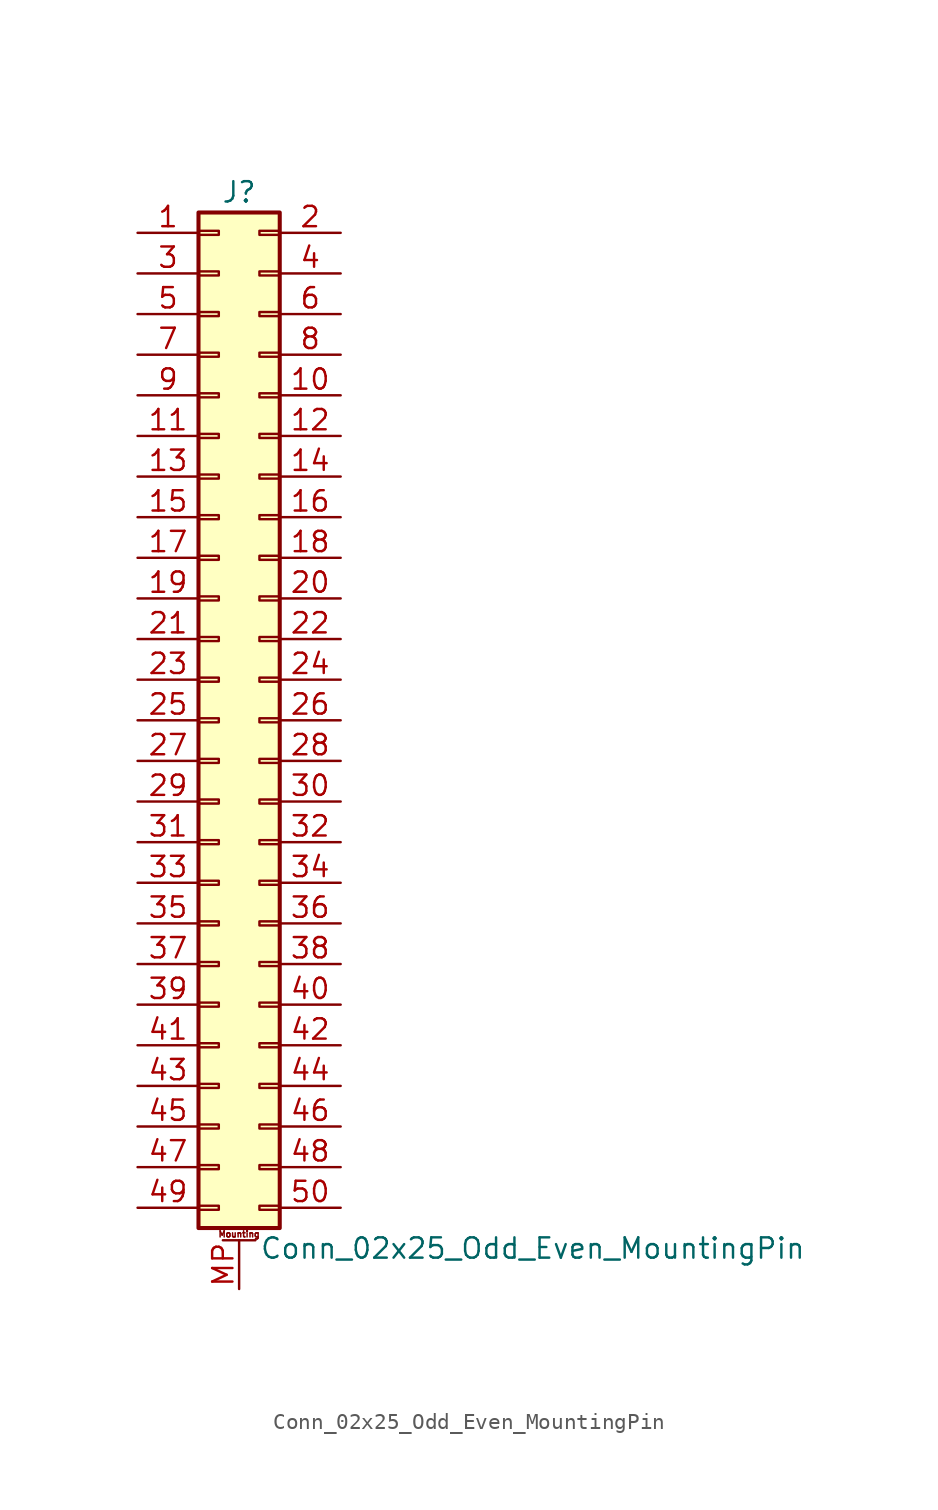
<source format=kicad_sym>
(kicad_symbol_lib
  (version 20211014)
  (generator kicad_symbol_editor)
  (symbol "Conn_02x25_Odd_Even_MountingPin"
    (pin_names
      (offset 1.016) hide)
    (property "Reference" "J"
      (at 1.27 33.02 0)
      (effects (font (size 1.27 1.27))))
    (property "Value" "Conn_02x25_Odd_Even_MountingPin"
      (at 2.54 -33.02 0)
      (effects (font (size 1.27 1.27)) (justify left)))
    (symbol "Conn_02x25_Odd_Even_MountingPin_1_1"
      (rectangle (start -1.27 -30.353) (end 0 -30.607) (stroke (width 0.152) (type default) (color 0 0 0 0)) (fill (type none)))
      (rectangle (start -1.27 -27.813) (end 0 -28.067) (stroke (width 0.152) (type default) (color 0 0 0 0)) (fill (type none)))
      (rectangle (start -1.27 -25.273) (end 0 -25.527) (stroke (width 0.152) (type default) (color 0 0 0 0)) (fill (type none)))
      (rectangle (start -1.27 -22.733) (end 0 -22.987) (stroke (width 0.152) (type default) (color 0 0 0 0)) (fill (type none)))
      (rectangle (start -1.27 -20.193) (end 0 -20.447) (stroke (width 0.152) (type default) (color 0 0 0 0)) (fill (type none)))
      (rectangle (start -1.27 -17.653) (end 0 -17.907) (stroke (width 0.152) (type default) (color 0 0 0 0)) (fill (type none)))
      (rectangle (start -1.27 -15.113) (end 0 -15.367) (stroke (width 0.152) (type default) (color 0 0 0 0)) (fill (type none)))
      (rectangle (start -1.27 -12.573) (end 0 -12.827) (stroke (width 0.152) (type default) (color 0 0 0 0)) (fill (type none)))
      (rectangle (start -1.27 -10.033) (end 0 -10.287) (stroke (width 0.152) (type default) (color 0 0 0 0)) (fill (type none)))
      (rectangle (start -1.27 -7.493) (end 0 -7.747) (stroke (width 0.152) (type default) (color 0 0 0 0)) (fill (type none)))
      (rectangle (start -1.27 -4.953) (end 0 -5.207) (stroke (width 0.152) (type default) (color 0 0 0 0)) (fill (type none)))
      (rectangle (start -1.27 -2.413) (end 0 -2.667) (stroke (width 0.152) (type default) (color 0 0 0 0)) (fill (type none)))
      (rectangle (start -1.27 0.127) (end 0 -0.127) (stroke (width 0.152) (type default) (color 0 0 0 0)) (fill (type none)))
      (rectangle (start -1.27 2.667) (end 0 2.413) (stroke (width 0.152) (type default) (color 0 0 0 0)) (fill (type none)))
      (rectangle (start -1.27 5.207) (end 0 4.953) (stroke (width 0.152) (type default) (color 0 0 0 0)) (fill (type none)))
      (rectangle (start -1.27 7.747) (end 0 7.493) (stroke (width 0.152) (type default) (color 0 0 0 0)) (fill (type none)))
      (rectangle (start -1.27 10.287) (end 0 10.033) (stroke (width 0.152) (type default) (color 0 0 0 0)) (fill (type none)))
      (rectangle (start -1.27 12.827) (end 0 12.573) (stroke (width 0.152) (type default) (color 0 0 0 0)) (fill (type none)))
      (rectangle (start -1.27 15.367) (end 0 15.113) (stroke (width 0.152) (type default) (color 0 0 0 0)) (fill (type none)))
      (rectangle (start -1.27 17.907) (end 0 17.653) (stroke (width 0.152) (type default) (color 0 0 0 0)) (fill (type none)))
      (rectangle (start -1.27 20.447) (end 0 20.193) (stroke (width 0.152) (type default) (color 0 0 0 0)) (fill (type none)))
      (rectangle (start -1.27 22.987) (end 0 22.733) (stroke (width 0.152) (type default) (color 0 0 0 0)) (fill (type none)))
      (rectangle (start -1.27 25.527) (end 0 25.273) (stroke (width 0.152) (type default) (color 0 0 0 0)) (fill (type none)))
      (rectangle (start -1.27 28.067) (end 0 27.813) (stroke (width 0.152) (type default) (color 0 0 0 0)) (fill (type none)))
      (rectangle (start -1.27 30.607) (end 0 30.353) (stroke (width 0.152) (type default) (color 0 0 0 0)) (fill (type none)))
      (rectangle (start -1.27 31.75) (end 3.81 -31.75) (stroke (width 0.254) (type default) (color 0 0 0 0)) (fill (type background)))
      (polyline (pts (xy 0.254 -32.512) (xy 2.286 -32.512)) (stroke (width 0.152) (type default) (color 0 0 0 0)) (fill (type none)))
      (rectangle (start 3.81 -30.353) (end 2.54 -30.607) (stroke (width 0.152) (type default) (color 0 0 0 0)) (fill (type none)))
      (rectangle (start 3.81 -27.813) (end 2.54 -28.067) (stroke (width 0.152) (type default) (color 0 0 0 0)) (fill (type none)))
      (rectangle (start 3.81 -25.273) (end 2.54 -25.527) (stroke (width 0.152) (type default) (color 0 0 0 0)) (fill (type none)))
      (rectangle (start 3.81 -22.733) (end 2.54 -22.987) (stroke (width 0.152) (type default) (color 0 0 0 0)) (fill (type none)))
      (rectangle (start 3.81 -20.193) (end 2.54 -20.447) (stroke (width 0.152) (type default) (color 0 0 0 0)) (fill (type none)))
      (rectangle (start 3.81 -17.653) (end 2.54 -17.907) (stroke (width 0.152) (type default) (color 0 0 0 0)) (fill (type none)))
      (rectangle (start 3.81 -15.113) (end 2.54 -15.367) (stroke (width 0.152) (type default) (color 0 0 0 0)) (fill (type none)))
      (rectangle (start 3.81 -12.573) (end 2.54 -12.827) (stroke (width 0.152) (type default) (color 0 0 0 0)) (fill (type none)))
      (rectangle (start 3.81 -10.033) (end 2.54 -10.287) (stroke (width 0.152) (type default) (color 0 0 0 0)) (fill (type none)))
      (rectangle (start 3.81 -7.493) (end 2.54 -7.747) (stroke (width 0.152) (type default) (color 0 0 0 0)) (fill (type none)))
      (rectangle (start 3.81 -4.953) (end 2.54 -5.207) (stroke (width 0.152) (type default) (color 0 0 0 0)) (fill (type none)))
      (rectangle (start 3.81 -2.413) (end 2.54 -2.667) (stroke (width 0.152) (type default) (color 0 0 0 0)) (fill (type none)))
      (rectangle (start 3.81 0.127) (end 2.54 -0.127) (stroke (width 0.152) (type default) (color 0 0 0 0)) (fill (type none)))
      (rectangle (start 3.81 2.667) (end 2.54 2.413) (stroke (width 0.152) (type default) (color 0 0 0 0)) (fill (type none)))
      (rectangle (start 3.81 5.207) (end 2.54 4.953) (stroke (width 0.152) (type default) (color 0 0 0 0)) (fill (type none)))
      (rectangle (start 3.81 7.747) (end 2.54 7.493) (stroke (width 0.152) (type default) (color 0 0 0 0)) (fill (type none)))
      (rectangle (start 3.81 10.287) (end 2.54 10.033) (stroke (width 0.152) (type default) (color 0 0 0 0)) (fill (type none)))
      (rectangle (start 3.81 12.827) (end 2.54 12.573) (stroke (width 0.152) (type default) (color 0 0 0 0)) (fill (type none)))
      (rectangle (start 3.81 15.367) (end 2.54 15.113) (stroke (width 0.152) (type default) (color 0 0 0 0)) (fill (type none)))
      (rectangle (start 3.81 17.907) (end 2.54 17.653) (stroke (width 0.152) (type default) (color 0 0 0 0)) (fill (type none)))
      (rectangle (start 3.81 20.447) (end 2.54 20.193) (stroke (width 0.152) (type default) (color 0 0 0 0)) (fill (type none)))
      (rectangle (start 3.81 22.987) (end 2.54 22.733) (stroke (width 0.152) (type default) (color 0 0 0 0)) (fill (type none)))
      (rectangle (start 3.81 25.527) (end 2.54 25.273) (stroke (width 0.152) (type default) (color 0 0 0 0)) (fill (type none)))
      (rectangle (start 3.81 28.067) (end 2.54 27.813) (stroke (width 0.152) (type default) (color 0 0 0 0)) (fill (type none)))
      (rectangle (start 3.81 30.607) (end 2.54 30.353) (stroke (width 0.152) (type default) (color 0 0 0 0)) (fill (type none)))
      (text "Mounting" (at 1.27 -32.131 0) (effects (font (size 0.381 0.381))))
      (pin passive line (at -5.08 30.48 0) (length 3.81) (name "Pin_1" (effects (font (size 1.27 1.27)))) (number "1" (effects (font (size 1.27 1.27)))))
      (pin passive line (at 7.62 20.32 180) (length 3.81) (name "Pin_10" (effects (font (size 1.27 1.27)))) (number "10" (effects (font (size 1.27 1.27)))))
      (pin passive line (at -5.08 17.78 0) (length 3.81) (name "Pin_11" (effects (font (size 1.27 1.27)))) (number "11" (effects (font (size 1.27 1.27)))))
      (pin passive line (at 7.62 17.78 180) (length 3.81) (name "Pin_12" (effects (font (size 1.27 1.27)))) (number "12" (effects (font (size 1.27 1.27)))))
      (pin passive line (at -5.08 15.24 0) (length 3.81) (name "Pin_13" (effects (font (size 1.27 1.27)))) (number "13" (effects (font (size 1.27 1.27)))))
      (pin passive line (at 7.62 15.24 180) (length 3.81) (name "Pin_14" (effects (font (size 1.27 1.27)))) (number "14" (effects (font (size 1.27 1.27)))))
      (pin passive line (at -5.08 12.7 0) (length 3.81) (name "Pin_15" (effects (font (size 1.27 1.27)))) (number "15" (effects (font (size 1.27 1.27)))))
      (pin passive line (at 7.62 12.7 180) (length 3.81) (name "Pin_16" (effects (font (size 1.27 1.27)))) (number "16" (effects (font (size 1.27 1.27)))))
      (pin passive line (at -5.08 10.16 0) (length 3.81) (name "Pin_17" (effects (font (size 1.27 1.27)))) (number "17" (effects (font (size 1.27 1.27)))))
      (pin passive line (at 7.62 10.16 180) (length 3.81) (name "Pin_18" (effects (font (size 1.27 1.27)))) (number "18" (effects (font (size 1.27 1.27)))))
      (pin passive line (at -5.08 7.62 0) (length 3.81) (name "Pin_19" (effects (font (size 1.27 1.27)))) (number "19" (effects (font (size 1.27 1.27)))))
      (pin passive line (at 7.62 30.48 180) (length 3.81) (name "Pin_2" (effects (font (size 1.27 1.27)))) (number "2" (effects (font (size 1.27 1.27)))))
      (pin passive line (at 7.62 7.62 180) (length 3.81) (name "Pin_20" (effects (font (size 1.27 1.27)))) (number "20" (effects (font (size 1.27 1.27)))))
      (pin passive line (at -5.08 5.08 0) (length 3.81) (name "Pin_21" (effects (font (size 1.27 1.27)))) (number "21" (effects (font (size 1.27 1.27)))))
      (pin passive line (at 7.62 5.08 180) (length 3.81) (name "Pin_22" (effects (font (size 1.27 1.27)))) (number "22" (effects (font (size 1.27 1.27)))))
      (pin passive line (at -5.08 2.54 0) (length 3.81) (name "Pin_23" (effects (font (size 1.27 1.27)))) (number "23" (effects (font (size 1.27 1.27)))))
      (pin passive line (at 7.62 2.54 180) (length 3.81) (name "Pin_24" (effects (font (size 1.27 1.27)))) (number "24" (effects (font (size 1.27 1.27)))))
      (pin passive line (at -5.08 0 0) (length 3.81) (name "Pin_25" (effects (font (size 1.27 1.27)))) (number "25" (effects (font (size 1.27 1.27)))))
      (pin passive line (at 7.62 0 180) (length 3.81) (name "Pin_26" (effects (font (size 1.27 1.27)))) (number "26" (effects (font (size 1.27 1.27)))))
      (pin passive line (at -5.08 -2.54 0) (length 3.81) (name "Pin_27" (effects (font (size 1.27 1.27)))) (number "27" (effects (font (size 1.27 1.27)))))
      (pin passive line (at 7.62 -2.54 180) (length 3.81) (name "Pin_28" (effects (font (size 1.27 1.27)))) (number "28" (effects (font (size 1.27 1.27)))))
      (pin passive line (at -5.08 -5.08 0) (length 3.81) (name "Pin_29" (effects (font (size 1.27 1.27)))) (number "29" (effects (font (size 1.27 1.27)))))
      (pin passive line (at -5.08 27.94 0) (length 3.81) (name "Pin_3" (effects (font (size 1.27 1.27)))) (number "3" (effects (font (size 1.27 1.27)))))
      (pin passive line (at 7.62 -5.08 180) (length 3.81) (name "Pin_30" (effects (font (size 1.27 1.27)))) (number "30" (effects (font (size 1.27 1.27)))))
      (pin passive line (at -5.08 -7.62 0) (length 3.81) (name "Pin_31" (effects (font (size 1.27 1.27)))) (number "31" (effects (font (size 1.27 1.27)))))
      (pin passive line (at 7.62 -7.62 180) (length 3.81) (name "Pin_32" (effects (font (size 1.27 1.27)))) (number "32" (effects (font (size 1.27 1.27)))))
      (pin passive line (at -5.08 -10.16 0) (length 3.81) (name "Pin_33" (effects (font (size 1.27 1.27)))) (number "33" (effects (font (size 1.27 1.27)))))
      (pin passive line (at 7.62 -10.16 180) (length 3.81) (name "Pin_34" (effects (font (size 1.27 1.27)))) (number "34" (effects (font (size 1.27 1.27)))))
      (pin passive line (at -5.08 -12.7 0) (length 3.81) (name "Pin_35" (effects (font (size 1.27 1.27)))) (number "35" (effects (font (size 1.27 1.27)))))
      (pin passive line (at 7.62 -12.7 180) (length 3.81) (name "Pin_36" (effects (font (size 1.27 1.27)))) (number "36" (effects (font (size 1.27 1.27)))))
      (pin passive line (at -5.08 -15.24 0) (length 3.81) (name "Pin_37" (effects (font (size 1.27 1.27)))) (number "37" (effects (font (size 1.27 1.27)))))
      (pin passive line (at 7.62 -15.24 180) (length 3.81) (name "Pin_38" (effects (font (size 1.27 1.27)))) (number "38" (effects (font (size 1.27 1.27)))))
      (pin passive line (at -5.08 -17.78 0) (length 3.81) (name "Pin_39" (effects (font (size 1.27 1.27)))) (number "39" (effects (font (size 1.27 1.27)))))
      (pin passive line (at 7.62 27.94 180) (length 3.81) (name "Pin_4" (effects (font (size 1.27 1.27)))) (number "4" (effects (font (size 1.27 1.27)))))
      (pin passive line (at 7.62 -17.78 180) (length 3.81) (name "Pin_40" (effects (font (size 1.27 1.27)))) (number "40" (effects (font (size 1.27 1.27)))))
      (pin passive line (at -5.08 -20.32 0) (length 3.81) (name "Pin_41" (effects (font (size 1.27 1.27)))) (number "41" (effects (font (size 1.27 1.27)))))
      (pin passive line (at 7.62 -20.32 180) (length 3.81) (name "Pin_42" (effects (font (size 1.27 1.27)))) (number "42" (effects (font (size 1.27 1.27)))))
      (pin passive line (at -5.08 -22.86 0) (length 3.81) (name "Pin_43" (effects (font (size 1.27 1.27)))) (number "43" (effects (font (size 1.27 1.27)))))
      (pin passive line (at 7.62 -22.86 180) (length 3.81) (name "Pin_44" (effects (font (size 1.27 1.27)))) (number "44" (effects (font (size 1.27 1.27)))))
      (pin passive line (at -5.08 -25.4 0) (length 3.81) (name "Pin_45" (effects (font (size 1.27 1.27)))) (number "45" (effects (font (size 1.27 1.27)))))
      (pin passive line (at 7.62 -25.4 180) (length 3.81) (name "Pin_46" (effects (font (size 1.27 1.27)))) (number "46" (effects (font (size 1.27 1.27)))))
      (pin passive line (at -5.08 -27.94 0) (length 3.81) (name "Pin_47" (effects (font (size 1.27 1.27)))) (number "47" (effects (font (size 1.27 1.27)))))
      (pin passive line (at 7.62 -27.94 180) (length 3.81) (name "Pin_48" (effects (font (size 1.27 1.27)))) (number "48" (effects (font (size 1.27 1.27)))))
      (pin passive line (at -5.08 -30.48 0) (length 3.81) (name "Pin_49" (effects (font (size 1.27 1.27)))) (number "49" (effects (font (size 1.27 1.27)))))
      (pin passive line (at -5.08 25.4 0) (length 3.81) (name "Pin_5" (effects (font (size 1.27 1.27)))) (number "5" (effects (font (size 1.27 1.27)))))
      (pin passive line (at 7.62 -30.48 180) (length 3.81) (name "Pin_50" (effects (font (size 1.27 1.27)))) (number "50" (effects (font (size 1.27 1.27)))))
      (pin passive line (at 7.62 25.4 180) (length 3.81) (name "Pin_6" (effects (font (size 1.27 1.27)))) (number "6" (effects (font (size 1.27 1.27)))))
      (pin passive line (at -5.08 22.86 0) (length 3.81) (name "Pin_7" (effects (font (size 1.27 1.27)))) (number "7" (effects (font (size 1.27 1.27)))))
      (pin passive line (at 7.62 22.86 180) (length 3.81) (name "Pin_8" (effects (font (size 1.27 1.27)))) (number "8" (effects (font (size 1.27 1.27)))))
      (pin passive line (at -5.08 20.32 0) (length 3.81) (name "Pin_9" (effects (font (size 1.27 1.27)))) (number "9" (effects (font (size 1.27 1.27)))))
      (pin passive line (at 1.27 -35.56 90) (length 3.048) (name "MountPin" (effects (font (size 1.27 1.27)))) (number "MP" (effects (font (size 1.27 1.27))))))))
</source>
